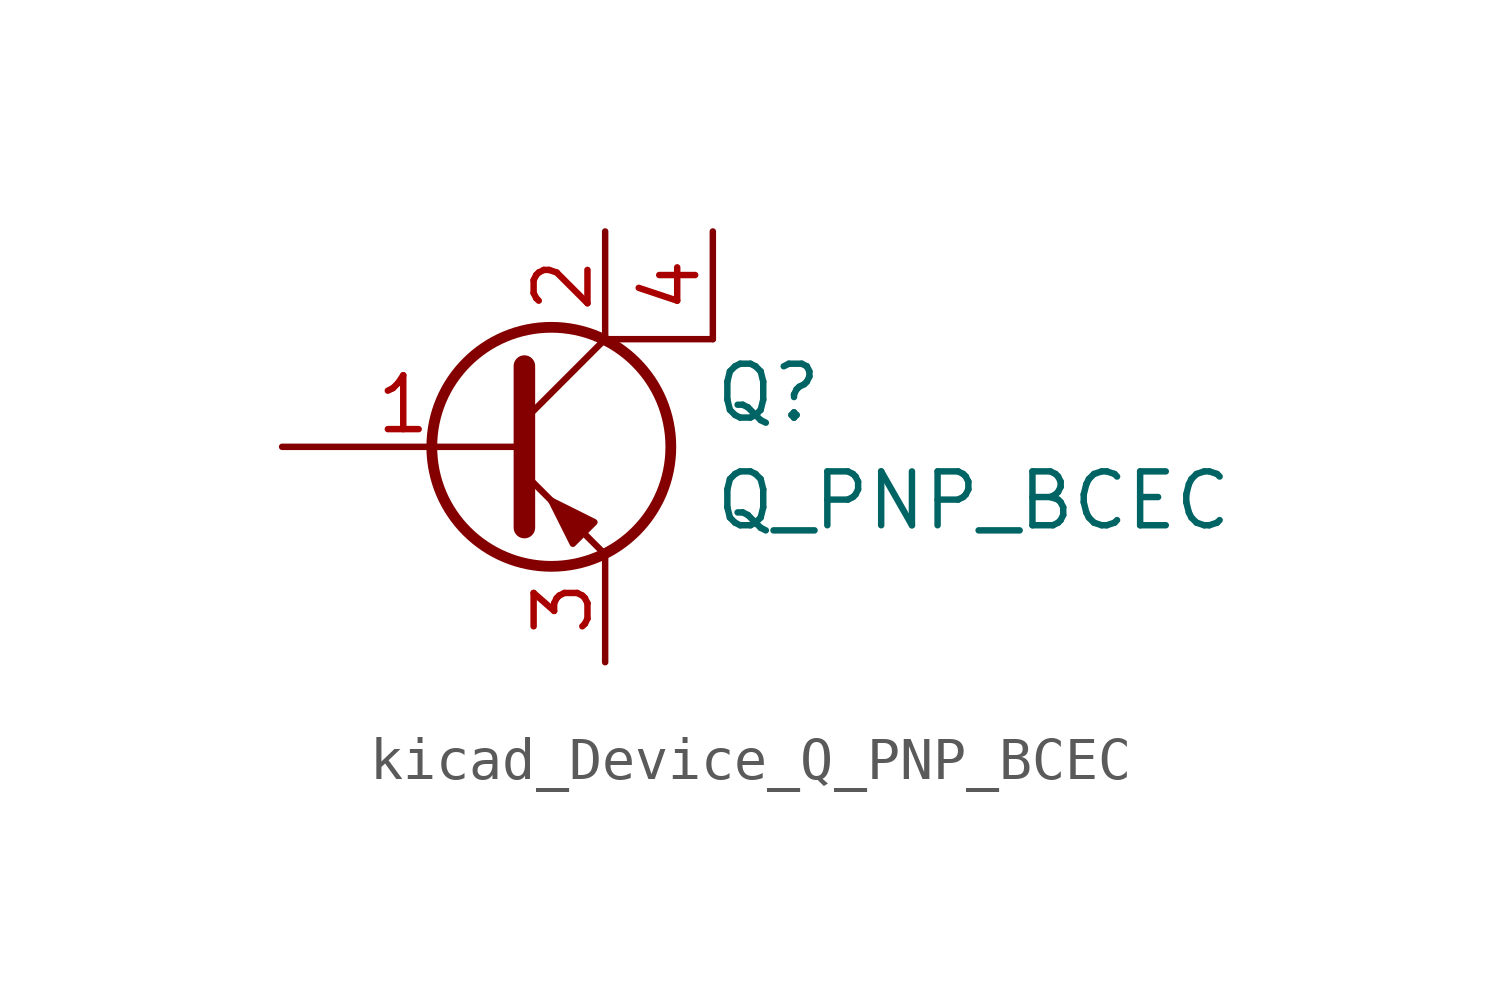
<source format=kicad_sym>
(kicad_symbol_lib
  (version 20220914)
  (generator kicad_symbol_editor)
  (symbol "kicad_Device_Q_PNP_BCEC"
    (pin_names
      (offset 0) hide)
    (property "Reference" "Q"
      (at 5.08 1.27 0)
      (effects (font (size 1.27 1.27)) (justify left)))
    (property "Value" "Q_PNP_BCEC"
      (at 5.08 -1.27 0)
      (effects (font (size 1.27 1.27)) (justify left)))
    (symbol "kicad_Device_Q_PNP_BCEC_0_1"
      (polyline (pts (xy 0.635 0.635) (xy 2.54 2.54)) (stroke (width 0) (type default)) (fill (type none)))
      (polyline (pts (xy 5.08 2.54) (xy 2.54 2.54)) (stroke (width 0) (type default)) (fill (type none)))
      (polyline (pts (xy 0.635 -0.635) (xy 2.54 -2.54) (xy 2.54 -2.54)) (stroke (width 0) (type default)) (fill (type none)))
      (polyline (pts (xy 0.635 1.905) (xy 0.635 -1.905) (xy 0.635 -1.905)) (stroke (width 0.508) (type default)) (fill (type none)))
      (polyline (pts (xy 2.286 -1.778) (xy 1.778 -2.286) (xy 1.27 -1.27) (xy 2.286 -1.778) (xy 2.286 -1.778)) (stroke (width 0) (type default)) (fill (type outline)))
      (circle (center 1.27 0) (radius 2.819) (stroke (width 0.254) (type default)) (fill (type none))))
    (symbol "kicad_Device_Q_PNP_BCEC_1_1"
      (pin input line (at -5.08 0 0) (length 5.715) (name "B" (effects (font (size 1.27 1.27)))) (number "1" (effects (font (size 1.27 1.27)))))
      (pin passive line (at 2.54 5.08 270) (length 2.54) (name "C" (effects (font (size 1.27 1.27)))) (number "2" (effects (font (size 1.27 1.27)))))
      (pin passive line (at 2.54 -5.08 90) (length 2.54) (name "E" (effects (font (size 1.27 1.27)))) (number "3" (effects (font (size 1.27 1.27)))))
      (pin passive line (at 5.08 5.08 270) (length 2.54) (name "C" (effects (font (size 1.27 1.27)))) (number "4" (effects (font (size 1.27 1.27))))))))
</source>
